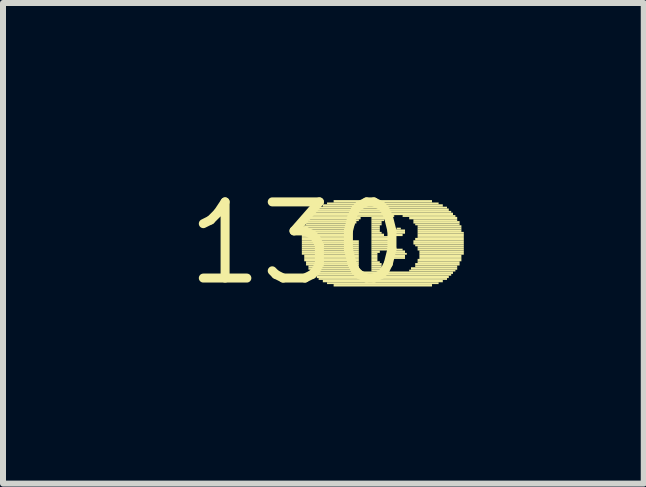
<source format=kicad_pcb>
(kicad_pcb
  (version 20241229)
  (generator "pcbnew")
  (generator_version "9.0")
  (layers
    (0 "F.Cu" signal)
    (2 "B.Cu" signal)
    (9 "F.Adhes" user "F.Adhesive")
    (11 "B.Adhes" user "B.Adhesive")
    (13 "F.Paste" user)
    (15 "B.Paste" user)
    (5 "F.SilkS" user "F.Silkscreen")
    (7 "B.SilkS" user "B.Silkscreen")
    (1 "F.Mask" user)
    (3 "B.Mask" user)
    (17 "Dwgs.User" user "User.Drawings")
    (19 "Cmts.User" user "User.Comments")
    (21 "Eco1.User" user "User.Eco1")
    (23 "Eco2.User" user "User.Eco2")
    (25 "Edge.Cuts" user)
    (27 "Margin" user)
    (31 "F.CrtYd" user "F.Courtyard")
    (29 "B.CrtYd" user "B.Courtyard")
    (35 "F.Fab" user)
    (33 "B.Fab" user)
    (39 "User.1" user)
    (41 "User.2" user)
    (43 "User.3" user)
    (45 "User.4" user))
  (footprint "130"
    (layer "F.Cu")
    (at 1.912 1.006)
    (property "Reference" "130" (at 0 0 0) (layer "F.SilkS") (effects (font (size 1.27 1.27) (thickness 0.15))))
    (fp_poly (pts (xy 0.07 -0.16) (xy 0.81 -0.16) (xy 0.81 -0.19) (xy 0.07 -0.19)) (stroke (width 0) (type solid)) (fill yes) (layer "F.SilkS"))
    (fp_poly (pts (xy 0.07 -0.12) (xy 0.81 -0.12) (xy 0.81 -0.16) (xy 0.07 -0.16)) (stroke (width 0) (type solid)) (fill yes) (layer "F.SilkS"))
    (fp_poly (pts (xy 0.07 -0.09) (xy 0.81 -0.09) (xy 0.81 -0.12) (xy 0.07 -0.12)) (stroke (width 0) (type solid)) (fill yes) (layer "F.SilkS"))
    (fp_poly (pts (xy 0.07 -0.05) (xy 0.84 -0.05) (xy 0.84 -0.09) (xy 0.07 -0.09)) (stroke (width 0) (type solid)) (fill yes) (layer "F.SilkS"))
    (fp_poly (pts (xy 0.07 -0.02) (xy 1.02 -0.02) (xy 1.02 -0.05) (xy 0.07 -0.05)) (stroke (width 0) (type solid)) (fill yes) (layer "F.SilkS"))
    (fp_poly (pts (xy 0.07 0.02) (xy 1.02 0.02) (xy 1.02 -0.02) (xy 0.07 -0.02)) (stroke (width 0) (type solid)) (fill yes) (layer "F.SilkS"))
    (fp_poly (pts (xy 0.07 0.05) (xy 1.02 0.05) (xy 1.02 0.02) (xy 0.07 0.02)) (stroke (width 0) (type solid)) (fill yes) (layer "F.SilkS"))
    (fp_poly (pts (xy 0.07 0.09) (xy 1.02 0.09) (xy 1.02 0.05) (xy 0.07 0.05)) (stroke (width 0) (type solid)) (fill yes) (layer "F.SilkS"))
    (fp_poly (pts (xy 0.07 0.12) (xy 1.02 0.12) (xy 1.02 0.09) (xy 0.07 0.09)) (stroke (width 0) (type solid)) (fill yes) (layer "F.SilkS"))
    (fp_poly (pts (xy 0.07 0.16) (xy 1.02 0.16) (xy 1.02 0.12) (xy 0.07 0.12)) (stroke (width 0) (type solid)) (fill yes) (layer "F.SilkS"))
    (fp_poly (pts (xy 0.07 0.19) (xy 1.02 0.19) (xy 1.02 0.16) (xy 0.07 0.16)) (stroke (width 0) (type solid)) (fill yes) (layer "F.SilkS"))
    (fp_poly (pts (xy 0.11 -0.26) (xy 0.91 -0.26) (xy 0.91 -0.3) (xy 0.11 -0.3)) (stroke (width 0) (type solid)) (fill yes) (layer "F.SilkS"))
    (fp_poly (pts (xy 0.11 -0.23) (xy 0.88 -0.23) (xy 0.88 -0.26) (xy 0.11 -0.26)) (stroke (width 0) (type solid)) (fill yes) (layer "F.SilkS"))
    (fp_poly (pts (xy 0.11 -0.19) (xy 0.84 -0.19) (xy 0.84 -0.23) (xy 0.11 -0.23)) (stroke (width 0) (type solid)) (fill yes) (layer "F.SilkS"))
    (fp_poly (pts (xy 0.11 0.23) (xy 1.02 0.23) (xy 1.02 0.19) (xy 0.11 0.19)) (stroke (width 0) (type solid)) (fill yes) (layer "F.SilkS"))
    (fp_poly (pts (xy 0.11 0.26) (xy 1.02 0.26) (xy 1.02 0.23) (xy 0.11 0.23)) (stroke (width 0) (type solid)) (fill yes) (layer "F.SilkS"))
    (fp_poly (pts (xy 0.11 0.3) (xy 1.02 0.3) (xy 1.02 0.26) (xy 0.11 0.26)) (stroke (width 0) (type solid)) (fill yes) (layer "F.SilkS"))
    (fp_poly (pts (xy 0.14 -0.33) (xy 0.98 -0.33) (xy 0.98 -0.37) (xy 0.14 -0.37)) (stroke (width 0) (type solid)) (fill yes) (layer "F.SilkS"))
    (fp_poly (pts (xy 0.14 -0.3) (xy 0.95 -0.3) (xy 0.95 -0.33) (xy 0.14 -0.33)) (stroke (width 0) (type solid)) (fill yes) (layer "F.SilkS"))
    (fp_poly (pts (xy 0.14 0.33) (xy 1.02 0.33) (xy 1.02 0.3) (xy 0.14 0.3)) (stroke (width 0) (type solid)) (fill yes) (layer "F.SilkS"))
    (fp_poly (pts (xy 0.14 0.37) (xy 1.02 0.37) (xy 1.02 0.33) (xy 0.14 0.33)) (stroke (width 0) (type solid)) (fill yes) (layer "F.SilkS"))
    (fp_poly (pts (xy 0.18 -0.4) (xy 1.05 -0.4) (xy 1.05 -0.44) (xy 0.18 -0.44)) (stroke (width 0) (type solid)) (fill yes) (layer "F.SilkS"))
    (fp_poly (pts (xy 0.18 -0.37) (xy 1.02 -0.37) (xy 1.02 -0.4) (xy 0.18 -0.4)) (stroke (width 0) (type solid)) (fill yes) (layer "F.SilkS"))
    (fp_poly (pts (xy 0.18 0.4) (xy 1.02 0.4) (xy 1.02 0.37) (xy 0.18 0.37)) (stroke (width 0) (type solid)) (fill yes) (layer "F.SilkS"))
    (fp_poly (pts (xy 0.18 0.44) (xy 1.02 0.44) (xy 1.02 0.4) (xy 0.18 0.4)) (stroke (width 0) (type solid)) (fill yes) (layer "F.SilkS"))
    (fp_poly (pts (xy 0.21 -0.44) (xy 1.61 -0.44) (xy 1.61 -0.47) (xy 0.21 -0.47)) (stroke (width 0) (type solid)) (fill yes) (layer "F.SilkS"))
    (fp_poly (pts (xy 0.21 0.47) (xy 1.05 0.47) (xy 1.05 0.44) (xy 0.21 0.44)) (stroke (width 0) (type solid)) (fill yes) (layer "F.SilkS"))
    (fp_poly (pts (xy 0.25 -0.47) (xy 2.59 -0.47) (xy 2.59 -0.51) (xy 0.25 -0.51)) (stroke (width 0) (type solid)) (fill yes) (layer "F.SilkS"))
    (fp_poly (pts (xy 0.25 0.51) (xy 2.59 0.51) (xy 2.59 0.47) (xy 0.25 0.47)) (stroke (width 0) (type solid)) (fill yes) (layer "F.SilkS"))
    (fp_poly (pts (xy 0.28 -0.51) (xy 2.56 -0.51) (xy 2.56 -0.54) (xy 0.28 -0.54)) (stroke (width 0) (type solid)) (fill yes) (layer "F.SilkS"))
    (fp_poly (pts (xy 0.28 0.54) (xy 2.56 0.54) (xy 2.56 0.51) (xy 0.28 0.51)) (stroke (width 0) (type solid)) (fill yes) (layer "F.SilkS"))
    (fp_poly (pts (xy 0.32 -0.54) (xy 2.52 -0.54) (xy 2.52 -0.58) (xy 0.32 -0.58)) (stroke (width 0) (type solid)) (fill yes) (layer "F.SilkS"))
    (fp_poly (pts (xy 0.32 0.58) (xy 2.52 0.58) (xy 2.52 0.54) (xy 0.32 0.54)) (stroke (width 0) (type solid)) (fill yes) (layer "F.SilkS"))
    (fp_poly (pts (xy 0.35 -0.58) (xy 2.49 -0.58) (xy 2.49 -0.61) (xy 0.35 -0.61)) (stroke (width 0) (type solid)) (fill yes) (layer "F.SilkS"))
    (fp_poly (pts (xy 0.35 0.61) (xy 2.49 0.61) (xy 2.49 0.58) (xy 0.35 0.58)) (stroke (width 0) (type solid)) (fill yes) (layer "F.SilkS"))
    (fp_poly (pts (xy 0.42 -0.61) (xy 2.42 -0.61) (xy 2.42 -0.65) (xy 0.42 -0.65)) (stroke (width 0) (type solid)) (fill yes) (layer "F.SilkS"))
    (fp_poly (pts (xy 0.42 0.65) (xy 2.42 0.65) (xy 2.42 0.61) (xy 0.42 0.61)) (stroke (width 0) (type solid)) (fill yes) (layer "F.SilkS"))
    (fp_poly (pts (xy 0.49 -0.65) (xy 2.35 -0.65) (xy 2.35 -0.68) (xy 0.49 -0.68)) (stroke (width 0) (type solid)) (fill yes) (layer "F.SilkS"))
    (fp_poly (pts (xy 0.49 0.68) (xy 2.35 0.68) (xy 2.35 0.65) (xy 0.49 0.65)) (stroke (width 0) (type solid)) (fill yes) (layer "F.SilkS"))
    (fp_poly (pts (xy 0.6 -0.68) (xy 2.24 -0.68) (xy 2.24 -0.72) (xy 0.6 -0.72)) (stroke (width 0) (type solid)) (fill yes) (layer "F.SilkS"))
    (fp_poly (pts (xy 0.6 0.72) (xy 2.24 0.72) (xy 2.24 0.68) (xy 0.6 0.68)) (stroke (width 0) (type solid)) (fill yes) (layer "F.SilkS"))
    (fp_poly (pts (xy 1.23 -0.4) (xy 1.51 -0.4) (xy 1.51 -0.44) (xy 1.23 -0.44)) (stroke (width 0) (type solid)) (fill yes) (layer "F.SilkS"))
    (fp_poly (pts (xy 1.23 -0.37) (xy 1.44 -0.37) (xy 1.44 -0.4) (xy 1.23 -0.4)) (stroke (width 0) (type solid)) (fill yes) (layer "F.SilkS"))
    (fp_poly (pts (xy 1.23 -0.33) (xy 1.4 -0.33) (xy 1.4 -0.37) (xy 1.23 -0.37)) (stroke (width 0) (type solid)) (fill yes) (layer "F.SilkS"))
    (fp_poly (pts (xy 1.23 -0.3) (xy 1.4 -0.3) (xy 1.4 -0.33) (xy 1.23 -0.33)) (stroke (width 0) (type solid)) (fill yes) (layer "F.SilkS"))
    (fp_poly (pts (xy 1.23 -0.26) (xy 1.37 -0.26) (xy 1.37 -0.3) (xy 1.23 -0.3)) (stroke (width 0) (type solid)) (fill yes) (layer "F.SilkS"))
    (fp_poly (pts (xy 1.23 -0.23) (xy 1.37 -0.23) (xy 1.37 -0.26) (xy 1.23 -0.26)) (stroke (width 0) (type solid)) (fill yes) (layer "F.SilkS"))
    (fp_poly (pts (xy 1.23 -0.19) (xy 1.37 -0.19) (xy 1.37 -0.23) (xy 1.23 -0.23)) (stroke (width 0) (type solid)) (fill yes) (layer "F.SilkS"))
    (fp_poly (pts (xy 1.23 -0.16) (xy 1.4 -0.16) (xy 1.4 -0.19) (xy 1.23 -0.19)) (stroke (width 0) (type solid)) (fill yes) (layer "F.SilkS"))
    (fp_poly (pts (xy 1.23 -0.12) (xy 1.44 -0.12) (xy 1.44 -0.16) (xy 1.23 -0.16)) (stroke (width 0) (type solid)) (fill yes) (layer "F.SilkS"))
    (fp_poly (pts (xy 1.23 -0.09) (xy 1.61 -0.09) (xy 1.61 -0.12) (xy 1.23 -0.12)) (stroke (width 0) (type solid)) (fill yes) (layer "F.SilkS"))
    (fp_poly (pts (xy 1.23 -0.05) (xy 1.58 -0.05) (xy 1.58 -0.09) (xy 1.23 -0.09)) (stroke (width 0) (type solid)) (fill yes) (layer "F.SilkS"))
    (fp_poly (pts (xy 1.23 -0.02) (xy 1.58 -0.02) (xy 1.58 -0.05) (xy 1.23 -0.05)) (stroke (width 0) (type solid)) (fill yes) (layer "F.SilkS"))
    (fp_poly (pts (xy 1.23 0.02) (xy 1.58 0.02) (xy 1.58 -0.02) (xy 1.23 -0.02)) (stroke (width 0) (type solid)) (fill yes) (layer "F.SilkS"))
    (fp_poly (pts (xy 1.23 0.05) (xy 1.58 0.05) (xy 1.58 0.02) (xy 1.23 0.02)) (stroke (width 0) (type solid)) (fill yes) (layer "F.SilkS"))
    (fp_poly (pts (xy 1.23 0.09) (xy 1.61 0.09) (xy 1.61 0.05) (xy 1.23 0.05)) (stroke (width 0) (type solid)) (fill yes) (layer "F.SilkS"))
    (fp_poly (pts (xy 1.23 0.12) (xy 1.75 0.12) (xy 1.75 0.09) (xy 1.23 0.09)) (stroke (width 0) (type solid)) (fill yes) (layer "F.SilkS"))
    (fp_poly (pts (xy 1.23 0.16) (xy 1.37 0.16) (xy 1.37 0.12) (xy 1.23 0.12)) (stroke (width 0) (type solid)) (fill yes) (layer "F.SilkS"))
    (fp_poly (pts (xy 1.23 0.19) (xy 1.33 0.19) (xy 1.33 0.16) (xy 1.23 0.16)) (stroke (width 0) (type solid)) (fill yes) (layer "F.SilkS"))
    (fp_poly (pts (xy 1.23 0.23) (xy 1.33 0.23) (xy 1.33 0.19) (xy 1.23 0.19)) (stroke (width 0) (type solid)) (fill yes) (layer "F.SilkS"))
    (fp_poly (pts (xy 1.23 0.26) (xy 1.33 0.26) (xy 1.33 0.23) (xy 1.23 0.23)) (stroke (width 0) (type solid)) (fill yes) (layer "F.SilkS"))
    (fp_poly (pts (xy 1.23 0.3) (xy 1.33 0.3) (xy 1.33 0.26) (xy 1.23 0.26)) (stroke (width 0) (type solid)) (fill yes) (layer "F.SilkS"))
    (fp_poly (pts (xy 1.23 0.33) (xy 1.37 0.33) (xy 1.37 0.3) (xy 1.23 0.3)) (stroke (width 0) (type solid)) (fill yes) (layer "F.SilkS"))
    (fp_poly (pts (xy 1.23 0.37) (xy 1.4 0.37) (xy 1.4 0.33) (xy 1.23 0.33)) (stroke (width 0) (type solid)) (fill yes) (layer "F.SilkS"))
    (fp_poly (pts (xy 1.23 0.4) (xy 1.4 0.4) (xy 1.4 0.37) (xy 1.23 0.37)) (stroke (width 0) (type solid)) (fill yes) (layer "F.SilkS"))
    (fp_poly (pts (xy 1.23 0.44) (xy 1.44 0.44) (xy 1.44 0.4) (xy 1.23 0.4)) (stroke (width 0) (type solid)) (fill yes) (layer "F.SilkS"))
    (fp_poly (pts (xy 1.23 0.47) (xy 1.51 0.47) (xy 1.51 0.44) (xy 1.23 0.44)) (stroke (width 0) (type solid)) (fill yes) (layer "F.SilkS"))
    (fp_poly (pts (xy 1.51 0.16) (xy 1.79 0.16) (xy 1.79 0.12) (xy 1.51 0.12)) (stroke (width 0) (type solid)) (fill yes) (layer "F.SilkS"))
    (fp_poly (pts (xy 1.54 -0.12) (xy 1.75 -0.12) (xy 1.75 -0.16) (xy 1.54 -0.16)) (stroke (width 0) (type solid)) (fill yes) (layer "F.SilkS"))
    (fp_poly (pts (xy 1.54 0.19) (xy 1.82 0.19) (xy 1.82 0.16) (xy 1.54 0.16)) (stroke (width 0) (type solid)) (fill yes) (layer "F.SilkS"))
    (fp_poly (pts (xy 1.54 0.23) (xy 1.79 0.23) (xy 1.79 0.19) (xy 1.54 0.19)) (stroke (width 0) (type solid)) (fill yes) (layer "F.SilkS"))
    (fp_poly (pts (xy 1.58 -0.19) (xy 1.79 -0.19) (xy 1.79 -0.23) (xy 1.58 -0.23)) (stroke (width 0) (type solid)) (fill yes) (layer "F.SilkS"))
    (fp_poly (pts (xy 1.58 -0.16) (xy 1.79 -0.16) (xy 1.79 -0.19) (xy 1.58 -0.19)) (stroke (width 0) (type solid)) (fill yes) (layer "F.SilkS"))
    (fp_poly (pts (xy 1.58 0.26) (xy 1.79 0.26) (xy 1.79 0.23) (xy 1.58 0.23)) (stroke (width 0) (type solid)) (fill yes) (layer "F.SilkS"))
    (fp_poly (pts (xy 1.65 -0.23) (xy 1.72 -0.23) (xy 1.72 -0.26) (xy 1.65 -0.26)) (stroke (width 0) (type solid)) (fill yes) (layer "F.SilkS"))
    (fp_poly (pts (xy 1.75 -0.44) (xy 2.63 -0.44) (xy 2.63 -0.47) (xy 1.75 -0.47)) (stroke (width 0) (type solid)) (fill yes) (layer "F.SilkS"))
    (fp_poly (pts (xy 1.86 -0.4) (xy 2.66 -0.4) (xy 2.66 -0.44) (xy 1.86 -0.44)) (stroke (width 0) (type solid)) (fill yes) (layer "F.SilkS"))
    (fp_poly (pts (xy 1.86 0.47) (xy 2.63 0.47) (xy 2.63 0.44) (xy 1.86 0.44)) (stroke (width 0) (type solid)) (fill yes) (layer "F.SilkS"))
    (fp_poly (pts (xy 1.89 0.44) (xy 2.66 0.44) (xy 2.66 0.4) (xy 1.89 0.4)) (stroke (width 0) (type solid)) (fill yes) (layer "F.SilkS"))
    (fp_poly (pts (xy 1.93 -0.37) (xy 2.66 -0.37) (xy 2.66 -0.4) (xy 1.93 -0.4)) (stroke (width 0) (type solid)) (fill yes) (layer "F.SilkS"))
    (fp_poly (pts (xy 1.93 -0.33) (xy 2.7 -0.33) (xy 2.7 -0.37) (xy 1.93 -0.37)) (stroke (width 0) (type solid)) (fill yes) (layer "F.SilkS"))
    (fp_poly (pts (xy 1.93 -0.02) (xy 2.77 -0.02) (xy 2.77 -0.05) (xy 1.93 -0.05)) (stroke (width 0) (type solid)) (fill yes) (layer "F.SilkS"))
    (fp_poly (pts (xy 1.93 0.02) (xy 2.77 0.02) (xy 2.77 -0.02) (xy 1.93 -0.02)) (stroke (width 0) (type solid)) (fill yes) (layer "F.SilkS"))
    (fp_poly (pts (xy 1.96 -0.3) (xy 2.7 -0.3) (xy 2.7 -0.33) (xy 1.96 -0.33)) (stroke (width 0) (type solid)) (fill yes) (layer "F.SilkS"))
    (fp_poly (pts (xy 1.96 -0.05) (xy 2.77 -0.05) (xy 2.77 -0.09) (xy 1.96 -0.09)) (stroke (width 0) (type solid)) (fill yes) (layer "F.SilkS"))
    (fp_poly (pts (xy 1.96 0.05) (xy 2.77 0.05) (xy 2.77 0.02) (xy 1.96 0.02)) (stroke (width 0) (type solid)) (fill yes) (layer "F.SilkS"))
    (fp_poly (pts (xy 1.96 0.37) (xy 2.7 0.37) (xy 2.7 0.33) (xy 1.96 0.33)) (stroke (width 0) (type solid)) (fill yes) (layer "F.SilkS"))
    (fp_poly (pts (xy 1.96 0.4) (xy 2.66 0.4) (xy 2.66 0.37) (xy 1.96 0.37)) (stroke (width 0) (type solid)) (fill yes) (layer "F.SilkS"))
    (fp_poly (pts (xy 2 -0.26) (xy 2.73 -0.26) (xy 2.73 -0.3) (xy 2 -0.3)) (stroke (width 0) (type solid)) (fill yes) (layer "F.SilkS"))
    (fp_poly (pts (xy 2 -0.23) (xy 2.73 -0.23) (xy 2.73 -0.26) (xy 2 -0.26)) (stroke (width 0) (type solid)) (fill yes) (layer "F.SilkS"))
    (fp_poly (pts (xy 2 -0.19) (xy 2.73 -0.19) (xy 2.73 -0.23) (xy 2 -0.23)) (stroke (width 0) (type solid)) (fill yes) (layer "F.SilkS"))
    (fp_poly (pts (xy 2 -0.16) (xy 2.77 -0.16) (xy 2.77 -0.19) (xy 2 -0.19)) (stroke (width 0) (type solid)) (fill yes) (layer "F.SilkS"))
    (fp_poly (pts (xy 2 -0.12) (xy 2.77 -0.12) (xy 2.77 -0.16) (xy 2 -0.16)) (stroke (width 0) (type solid)) (fill yes) (layer "F.SilkS"))
    (fp_poly (pts (xy 2 -0.09) (xy 2.77 -0.09) (xy 2.77 -0.12) (xy 2 -0.12)) (stroke (width 0) (type solid)) (fill yes) (layer "F.SilkS"))
    (fp_poly (pts (xy 2 0.09) (xy 2.77 0.09) (xy 2.77 0.05) (xy 2 0.05)) (stroke (width 0) (type solid)) (fill yes) (layer "F.SilkS"))
    (fp_poly (pts (xy 2 0.12) (xy 2.77 0.12) (xy 2.77 0.09) (xy 2 0.09)) (stroke (width 0) (type solid)) (fill yes) (layer "F.SilkS"))
    (fp_poly (pts (xy 2 0.3) (xy 2.73 0.3) (xy 2.73 0.26) (xy 2 0.26)) (stroke (width 0) (type solid)) (fill yes) (layer "F.SilkS"))
    (fp_poly (pts (xy 2 0.33) (xy 2.7 0.33) (xy 2.7 0.3) (xy 2 0.3)) (stroke (width 0) (type solid)) (fill yes) (layer "F.SilkS"))
    (fp_poly (pts (xy 2.03 0.16) (xy 2.77 0.16) (xy 2.77 0.12) (xy 2.03 0.12)) (stroke (width 0) (type solid)) (fill yes) (layer "F.SilkS"))
    (fp_poly (pts (xy 2.03 0.19) (xy 2.77 0.19) (xy 2.77 0.16) (xy 2.03 0.16)) (stroke (width 0) (type solid)) (fill yes) (layer "F.SilkS"))
    (fp_poly (pts (xy 2.03 0.23) (xy 2.73 0.23) (xy 2.73 0.19) (xy 2.03 0.19)) (stroke (width 0) (type solid)) (fill yes) (layer "F.SilkS"))
    (fp_poly (pts (xy 2.03 0.26) (xy 2.73 0.26) (xy 2.73 0.23) (xy 2.03 0.23)) (stroke (width 0) (type solid)) (fill yes) (layer "F.SilkS")))
  (gr_rect
    (start -3 -3)
    (end 7.682 5.012)
    (stroke (width 0.1) (type default))
    (fill no)
    (layer "Edge.Cuts")))
</source>
